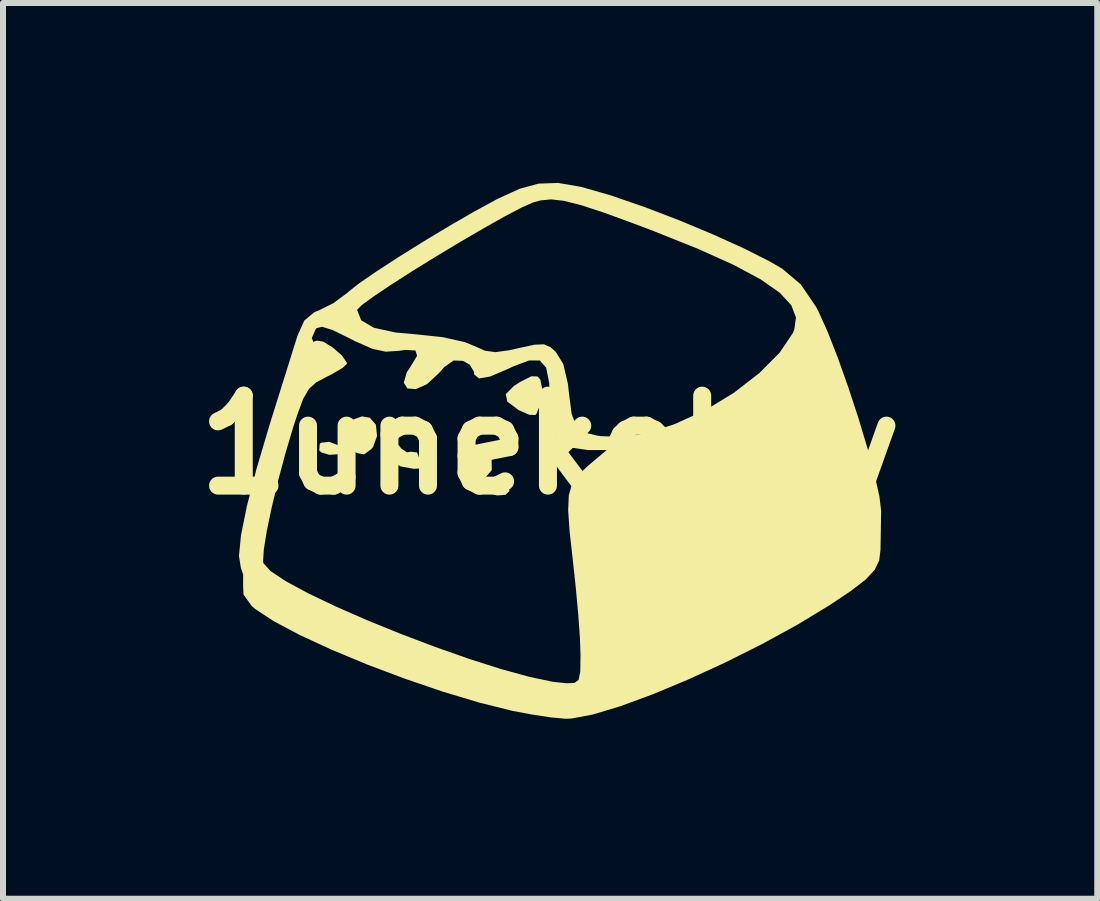
<source format=kicad_pcb>
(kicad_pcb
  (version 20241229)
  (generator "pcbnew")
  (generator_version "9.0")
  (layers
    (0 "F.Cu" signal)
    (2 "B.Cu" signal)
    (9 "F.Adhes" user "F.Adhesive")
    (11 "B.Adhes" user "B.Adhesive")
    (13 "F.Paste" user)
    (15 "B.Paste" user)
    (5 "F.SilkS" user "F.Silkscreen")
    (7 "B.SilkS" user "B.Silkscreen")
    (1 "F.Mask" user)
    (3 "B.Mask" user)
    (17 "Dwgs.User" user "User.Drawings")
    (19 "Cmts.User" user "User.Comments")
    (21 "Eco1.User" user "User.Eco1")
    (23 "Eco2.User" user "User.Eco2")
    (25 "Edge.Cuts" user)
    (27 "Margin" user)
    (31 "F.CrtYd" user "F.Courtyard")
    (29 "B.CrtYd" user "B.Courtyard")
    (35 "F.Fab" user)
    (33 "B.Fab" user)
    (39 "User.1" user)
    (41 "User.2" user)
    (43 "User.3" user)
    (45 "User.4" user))
  (footprint "1unekokey"
    (layer "F.Cu")
    (at 6.121 4.368)
    (property "Reference" "1unekokey" (at 0 0 0) (layer "F.SilkS") (effects (font (size 1.5 1.5) (thickness 0.3))))
    (attr board_only exclude_from_pos_files exclude_from_bom)
    (fp_poly (pts (xy -3.536 0.004) (xy -3.471 0.094) (xy -3.538 0.155) (xy -3.68 0.165) (xy -3.815 0.124) (xy -3.849 0.091) (xy -3.84 -0.019) (xy -3.819 -0.037) (xy -3.682 -0.052)) (stroke (width 0) (type solid)) (fill yes) (layer "F.SilkS"))
    (fp_poly (pts (xy -1.1 0.058) (xy -0.976 0.212) (xy -0.972 0.419) (xy -1.082 0.547) (xy -1.257 0.594) (xy -1.423 0.553) (xy -1.491 0.471) (xy -1.517 0.244) (xy -1.427 0.074) (xy -1.304 0.017)) (stroke (width 0) (type solid)) (fill yes) (layer "F.SilkS"))
    (fp_poly (pts (xy -0.795 0.618) (xy -0.766 0.632) (xy -0.682 0.74) (xy -0.677 0.767) (xy -0.743 0.832) (xy -0.886 0.842) (xy -1.022 0.798) (xy -1.059 0.761) (xy -1.045 0.671) (xy -0.933 0.613)) (stroke (width 0) (type solid)) (fill yes) (layer "F.SilkS"))
    (fp_poly (pts (xy -3.006 -0.454) (xy -2.904 -0.338) (xy -2.885 -0.149) (xy -2.951 0.034) (xy -2.98 0.068) (xy -3.1 0.157) (xy -3.221 0.135) (xy -3.339 0.057) (xy -3.446 -0.099) (xy -3.427 -0.272) (xy -3.314 -0.413) (xy -3.137 -0.476)) (stroke (width 0) (type solid)) (fill yes) (layer "F.SilkS"))
    (fp_poly (pts (xy -0.209 -1.142) (xy -0.163 -1.091) (xy -0.13 -0.923) (xy -0.155 -0.7) (xy -0.225 -0.522) (xy -0.244 -0.499) (xy -0.345 -0.502) (xy -0.518 -0.578) (xy -0.529 -0.584) (xy -0.713 -0.722) (xy -0.739 -0.847) (xy -0.604 -0.983) (xy -0.498 -1.051) (xy -0.312 -1.145)) (stroke (width 0) (type solid)) (fill yes) (layer "F.SilkS"))
    (fp_poly (pts (xy -2.482 0.059) (xy -2.385 0.123) (xy -2.323 0.113) (xy -2.218 0.125) (xy -2.201 0.171) (xy -2.173 0.232) (xy -2.082 0.176) (xy -1.955 0.131) (xy -1.9 0.207) (xy -1.935 0.32) (xy -2.061 0.386) (xy -2.271 0.398) (xy -2.489 0.359) (xy -2.641 0.276) (xy -2.645 0.272) (xy -2.686 0.141) (xy -2.627 0.06) (xy -2.527 0.001)) (stroke (width 0) (type solid)) (fill yes) (layer "F.SilkS"))
    (fp_poly (pts (xy 0.516 -4.303) (xy 1 -4.164) (xy 1.031 -4.154) (xy 1.576 -3.966) (xy 2.153 -3.745) (xy 2.72 -3.508) (xy 3.237 -3.274) (xy 3.661 -3.06) (xy 3.872 -2.937) (xy 4.18 -2.676) (xy 4.433 -2.304) (xy 4.476 -2.222) (xy 4.63 -1.88) (xy 4.799 -1.447) (xy 4.973 -0.957) (xy 5.141 -0.446) (xy 5.29 0.05) (xy 5.41 0.496) (xy 5.49 0.857) (xy 5.519 1.097) (xy 5.519 1.101) (xy 5.514 1.408) (xy 5.509 1.694) (xy 5.508 1.751) (xy 5.486 1.928) (xy 5.411 2.083) (xy 5.26 2.245) (xy 5.009 2.438) (xy 4.657 2.673) (xy 4.123 2.997) (xy 3.535 3.319) (xy 2.918 3.628) (xy 2.299 3.912) (xy 1.707 4.159) (xy 1.168 4.357) (xy 0.709 4.495) (xy 0.357 4.561) (xy 0.26 4.565) (xy 0.019 4.543) (xy -0.311 4.493) (xy -0.628 4.433) (xy -1.183 4.295) (xy -1.793 4.112) (xy -2.427 3.895) (xy -3.056 3.658) (xy -3.649 3.411) (xy -4.176 3.167) (xy -4.608 2.938) (xy -4.915 2.736) (xy -4.975 2.685) (xy -5.111 2.495) (xy -5.118 2.358) (xy -5.117 2.161) (xy -5.155 2.05) (xy -5.173 1.938) (xy -4.785 1.938) (xy -4.779 1.972) (xy -4.66 2.103) (xy -4.403 2.274) (xy -4.034 2.473) (xy -3.576 2.692) (xy -3.053 2.921) (xy -2.492 3.149) (xy -1.915 3.368) (xy -1.349 3.567) (xy -0.816 3.737) (xy -0.342 3.867) (xy 0.048 3.949) (xy 0.275 3.973) (xy 0.406 3.968) (xy 0.475 3.917) (xy 0.503 3.779) (xy 0.507 3.514) (xy 0.507 3.493) (xy 0.497 3.214) (xy 0.469 2.822) (xy 0.427 2.367) (xy 0.379 1.923) (xy 0.325 1.438) (xy 0.301 1.087) (xy 0.312 0.837) (xy 0.365 0.655) (xy 0.466 0.506) (xy 0.621 0.357) (xy 0.682 0.305) (xy 0.944 0.085) (xy 0.627 0.085) (xy 0.311 0.039) (xy 0.113 -0.111) (xy 0.015 -0.384) (xy -0.001 -0.627) (xy -0.015 -1.034) (xy -0.066 -1.289) (xy -0.171 -1.408) (xy -0.349 -1.409) (xy -0.618 -1.308) (xy -0.697 -1.27) (xy -1.002 -1.14) (xy -1.186 -1.109) (xy -1.265 -1.175) (xy -1.27 -1.222) (xy -1.341 -1.34) (xy -1.454 -1.402) (xy -1.608 -1.408) (xy -1.762 -1.301) (xy -1.856 -1.195) (xy -2.053 -1.013) (xy -2.238 -0.931) (xy -2.377 -0.941) (xy -2.439 -1.036) (xy -2.391 -1.208) (xy -2.326 -1.307) (xy -2.217 -1.487) (xy -2.245 -1.575) (xy -2.417 -1.584) (xy -2.523 -1.569) (xy -2.742 -1.555) (xy -2.961 -1.602) (xy -3.242 -1.725) (xy -3.341 -1.776) (xy -3.626 -1.916) (xy -3.8 -1.97) (xy -3.892 -1.948) (xy -3.908 -1.929) (xy -3.973 -1.782) (xy -3.948 -1.719) (xy -3.888 -1.74) (xy -3.781 -1.722) (xy -3.622 -1.624) (xy -3.471 -1.492) (xy -3.389 -1.372) (xy -3.387 -1.354) (xy -3.456 -1.287) (xy -3.631 -1.183) (xy -3.727 -1.135) (xy -3.9 -1.043) (xy -4.02 -0.935) (xy -4.116 -0.77) (xy -4.214 -0.506) (xy -4.28 -0.305) (xy -4.412 0.138) (xy -4.535 0.597) (xy -4.641 1.041) (xy -4.723 1.434) (xy -4.773 1.745) (xy -4.785 1.938) (xy -5.173 1.938) (xy -5.187 1.851) (xy -5.153 1.504) (xy -5.054 1.015) (xy -4.892 0.39) (xy -4.668 -0.364) (xy -4.65 -0.423) (xy -4.514 -0.855) (xy -4.387 -1.26) (xy -4.283 -1.594) (xy -4.214 -1.813) (xy -4.212 -1.82) (xy -4.098 -2.074) (xy -3.931 -2.213) (xy -3.852 -2.244) (xy -3.839 -2.251) (xy -3.217 -2.251) (xy -3.149 -2.078) (xy -2.939 -1.954) (xy -2.579 -1.875) (xy -2.244 -1.845) (xy -1.79 -1.797) (xy -1.428 -1.716) (xy -1.276 -1.655) (xy -1.085 -1.571) (xy -0.91 -1.547) (xy -0.679 -1.579) (xy -0.531 -1.613) (xy -0.263 -1.671) (xy -0.102 -1.678) (xy 0.01 -1.628) (xy 0.096 -1.55) (xy 0.22 -1.348) (xy 0.296 -1.023) (xy 0.315 -0.859) (xy 0.358 -0.524) (xy 0.431 -0.321) (xy 0.563 -0.21) (xy 0.781 -0.156) (xy 0.847 -0.147) (xy 1.208 -0.134) (xy 1.587 -0.193) (xy 2.042 -0.335) (xy 2.094 -0.355) (xy 2.587 -0.579) (xy 3.063 -0.869) (xy 3.488 -1.198) (xy 3.826 -1.538) (xy 4.045 -1.862) (xy 4.072 -1.926) (xy 4.099 -2.127) (xy 4.021 -2.329) (xy 3.828 -2.538) (xy 3.511 -2.76) (xy 3.06 -3.002) (xy 2.467 -3.269) (xy 1.722 -3.567) (xy 1.397 -3.69) (xy 0.892 -3.875) (xy 0.512 -3.999) (xy 0.23 -4.07) (xy 0.014 -4.094) (xy -0.164 -4.076) (xy -0.283 -4.043) (xy -0.469 -3.961) (xy -0.751 -3.813) (xy -1.1 -3.617) (xy -1.491 -3.389) (xy -1.897 -3.145) (xy -2.292 -2.901) (xy -2.648 -2.673) (xy -2.938 -2.479) (xy -3.137 -2.334) (xy -3.217 -2.254) (xy -3.217 -2.251) (xy -3.839 -2.251) (xy -3.614 -2.363) (xy -3.378 -2.538) (xy -3.363 -2.553) (xy -3.19 -2.69) (xy -2.902 -2.888) (xy -2.533 -3.128) (xy -2.115 -3.389) (xy -1.682 -3.65) (xy -1.266 -3.89) (xy -0.901 -4.089) (xy -0.87 -4.105) (xy -0.51 -4.27) (xy -0.191 -4.357) (xy 0.135 -4.368)) (stroke (width 0) (type solid)) (fill yes) (layer "F.SilkS")))
  (gr_rect
    (start -3 -3)
    (end 15.243 11.933)
    (stroke (width 0.1) (type default))
    (fill no)
    (layer "Edge.Cuts")))
</source>
